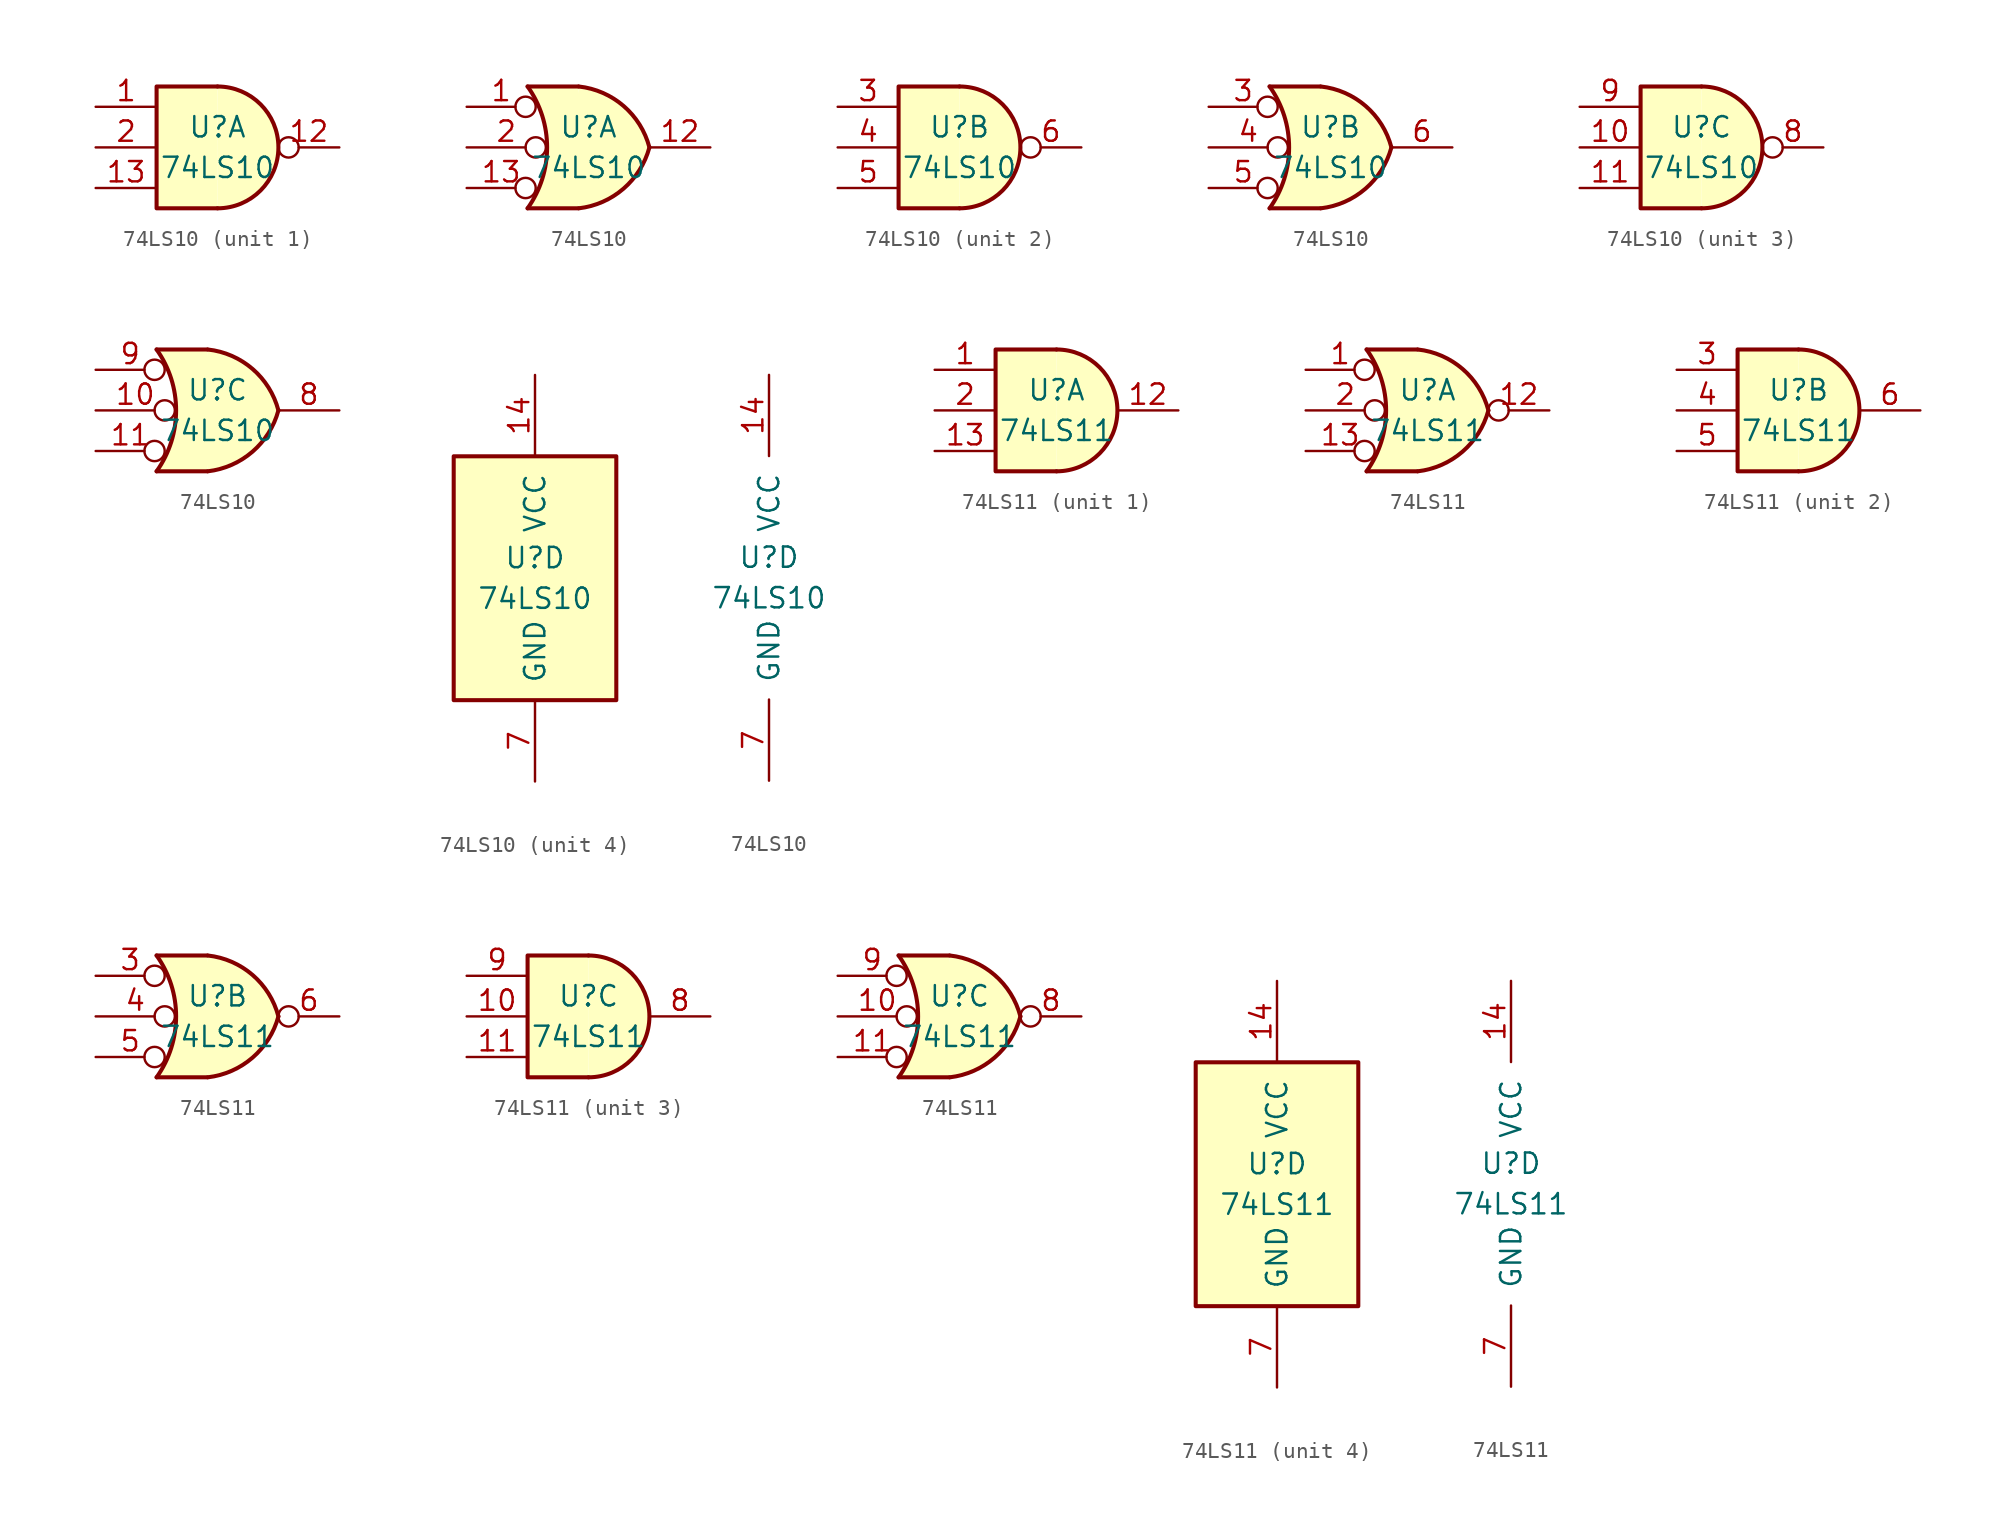
<source format=kicad_sym>
(kicad_symbol_lib
  (version 20211014)
  (generator kicad_symbol_editor)
  (symbol "74LS10"
    (pin_names
      (offset 1.016))
    (property "Reference" "U"
      (at 0 1.27 0)
      (effects (font (size 1.27 1.27))))
    (property "Value" "74LS10"
      (at 0 -1.27 0)
      (effects (font (size 1.27 1.27))))
    (property "ki_locked" ""
      (at 0 0 0)
      (effects (font (size 1.27 1.27))))
    (symbol "74LS10_1_1"
      (arc (start 0 -3.81) (mid 3.81 0) (end 0 3.81) (stroke (width 0.254) (type default) (color 0 0 0 0)) (fill (type background)))
      (polyline (pts (xy 0 3.81) (xy -3.81 3.81) (xy -3.81 -3.81) (xy 0 -3.81)) (stroke (width 0.254) (type default) (color 0 0 0 0)) (fill (type background)))
      (pin input line (at -7.62 2.54 0) (length 3.81) (name "~" (effects (font (size 1.27 1.27)))) (number "1" (effects (font (size 1.27 1.27)))))
      (pin output inverted (at 7.62 0 180) (length 3.81) (name "~" (effects (font (size 1.27 1.27)))) (number "12" (effects (font (size 1.27 1.27)))))
      (pin input line (at -7.62 -2.54 0) (length 3.81) (name "~" (effects (font (size 1.27 1.27)))) (number "13" (effects (font (size 1.27 1.27)))))
      (pin input line (at -7.62 0 0) (length 3.81) (name "~" (effects (font (size 1.27 1.27)))) (number "2" (effects (font (size 1.27 1.27))))))
    (symbol "74LS10_1_2"
      (arc (start -3.81 -3.81) (mid -2.589 0) (end -3.81 3.81) (stroke (width 0.254) (type default) (color 0 0 0 0)) (fill (type none)))
      (arc (start -0.6096 -3.81) (mid 2.1855 -2.584) (end 3.81 0) (stroke (width 0.254) (type default) (color 0 0 0 0)) (fill (type background)))
      (polyline (pts (xy -3.81 -3.81) (xy -0.635 -3.81)) (stroke (width 0.254) (type default) (color 0 0 0 0)) (fill (type background)))
      (polyline (pts (xy -3.81 3.81) (xy -0.635 3.81)) (stroke (width 0.254) (type default) (color 0 0 0 0)) (fill (type background)))
      (polyline (pts (xy -0.635 3.81) (xy -3.81 3.81) (xy -3.81 3.81) (xy -3.556 3.404) (xy -3.023 2.261) (xy -2.692 1.041) (xy -2.616 -0.254) (xy -2.769 -1.499) (xy -3.175 -2.718) (xy -3.81 -3.81) (xy -3.81 -3.81) (xy -0.635 -3.81)) (stroke (width -25.4) (type default) (color 0 0 0 0)) (fill (type background)))
      (arc (start 3.81 0) (mid 2.1928 2.5925) (end -0.6096 3.81) (stroke (width 0.254) (type default) (color 0 0 0 0)) (fill (type background)))
      (pin input inverted (at -7.62 2.54 0) (length 4.318) (name "~" (effects (font (size 1.27 1.27)))) (number "1" (effects (font (size 1.27 1.27)))))
      (pin output line (at 7.62 0 180) (length 3.81) (name "~" (effects (font (size 1.27 1.27)))) (number "12" (effects (font (size 1.27 1.27)))))
      (pin input inverted (at -7.62 -2.54 0) (length 4.318) (name "~" (effects (font (size 1.27 1.27)))) (number "13" (effects (font (size 1.27 1.27)))))
      (pin input inverted (at -7.62 0 0) (length 4.953) (name "~" (effects (font (size 1.27 1.27)))) (number "2" (effects (font (size 1.27 1.27))))))
    (symbol "74LS10_2_1"
      (arc (start 0 -3.81) (mid 3.81 0) (end 0 3.81) (stroke (width 0.254) (type default) (color 0 0 0 0)) (fill (type background)))
      (polyline (pts (xy 0 3.81) (xy -3.81 3.81) (xy -3.81 -3.81) (xy 0 -3.81)) (stroke (width 0.254) (type default) (color 0 0 0 0)) (fill (type background)))
      (pin input line (at -7.62 2.54 0) (length 3.81) (name "~" (effects (font (size 1.27 1.27)))) (number "3" (effects (font (size 1.27 1.27)))))
      (pin input line (at -7.62 0 0) (length 3.81) (name "~" (effects (font (size 1.27 1.27)))) (number "4" (effects (font (size 1.27 1.27)))))
      (pin input line (at -7.62 -2.54 0) (length 3.81) (name "~" (effects (font (size 1.27 1.27)))) (number "5" (effects (font (size 1.27 1.27)))))
      (pin output inverted (at 7.62 0 180) (length 3.81) (name "~" (effects (font (size 1.27 1.27)))) (number "6" (effects (font (size 1.27 1.27))))))
    (symbol "74LS10_2_2"
      (arc (start -3.81 -3.81) (mid -2.589 0) (end -3.81 3.81) (stroke (width 0.254) (type default) (color 0 0 0 0)) (fill (type none)))
      (arc (start -0.6096 -3.81) (mid 2.1855 -2.584) (end 3.81 0) (stroke (width 0.254) (type default) (color 0 0 0 0)) (fill (type background)))
      (polyline (pts (xy -3.81 -3.81) (xy -0.635 -3.81)) (stroke (width 0.254) (type default) (color 0 0 0 0)) (fill (type background)))
      (polyline (pts (xy -3.81 3.81) (xy -0.635 3.81)) (stroke (width 0.254) (type default) (color 0 0 0 0)) (fill (type background)))
      (polyline (pts (xy -0.635 3.81) (xy -3.81 3.81) (xy -3.81 3.81) (xy -3.556 3.404) (xy -3.023 2.261) (xy -2.692 1.041) (xy -2.616 -0.254) (xy -2.769 -1.499) (xy -3.175 -2.718) (xy -3.81 -3.81) (xy -3.81 -3.81) (xy -0.635 -3.81)) (stroke (width -25.4) (type default) (color 0 0 0 0)) (fill (type background)))
      (arc (start 3.81 0) (mid 2.1928 2.5925) (end -0.6096 3.81) (stroke (width 0.254) (type default) (color 0 0 0 0)) (fill (type background)))
      (pin input inverted (at -7.62 2.54 0) (length 4.318) (name "~" (effects (font (size 1.27 1.27)))) (number "3" (effects (font (size 1.27 1.27)))))
      (pin input inverted (at -7.62 0 0) (length 4.953) (name "~" (effects (font (size 1.27 1.27)))) (number "4" (effects (font (size 1.27 1.27)))))
      (pin input inverted (at -7.62 -2.54 0) (length 4.318) (name "~" (effects (font (size 1.27 1.27)))) (number "5" (effects (font (size 1.27 1.27)))))
      (pin output line (at 7.62 0 180) (length 3.81) (name "~" (effects (font (size 1.27 1.27)))) (number "6" (effects (font (size 1.27 1.27))))))
    (symbol "74LS10_3_1"
      (arc (start 0 -3.81) (mid 3.81 0) (end 0 3.81) (stroke (width 0.254) (type default) (color 0 0 0 0)) (fill (type background)))
      (polyline (pts (xy 0 3.81) (xy -3.81 3.81) (xy -3.81 -3.81) (xy 0 -3.81)) (stroke (width 0.254) (type default) (color 0 0 0 0)) (fill (type background)))
      (pin input line (at -7.62 0 0) (length 3.81) (name "~" (effects (font (size 1.27 1.27)))) (number "10" (effects (font (size 1.27 1.27)))))
      (pin input line (at -7.62 -2.54 0) (length 3.81) (name "~" (effects (font (size 1.27 1.27)))) (number "11" (effects (font (size 1.27 1.27)))))
      (pin output inverted (at 7.62 0 180) (length 3.81) (name "~" (effects (font (size 1.27 1.27)))) (number "8" (effects (font (size 1.27 1.27)))))
      (pin input line (at -7.62 2.54 0) (length 3.81) (name "~" (effects (font (size 1.27 1.27)))) (number "9" (effects (font (size 1.27 1.27))))))
    (symbol "74LS10_3_2"
      (arc (start -3.81 -3.81) (mid -2.589 0) (end -3.81 3.81) (stroke (width 0.254) (type default) (color 0 0 0 0)) (fill (type none)))
      (arc (start -0.6096 -3.81) (mid 2.1855 -2.584) (end 3.81 0) (stroke (width 0.254) (type default) (color 0 0 0 0)) (fill (type background)))
      (polyline (pts (xy -3.81 -3.81) (xy -0.635 -3.81)) (stroke (width 0.254) (type default) (color 0 0 0 0)) (fill (type background)))
      (polyline (pts (xy -3.81 3.81) (xy -0.635 3.81)) (stroke (width 0.254) (type default) (color 0 0 0 0)) (fill (type background)))
      (polyline (pts (xy -0.635 3.81) (xy -3.81 3.81) (xy -3.81 3.81) (xy -3.556 3.404) (xy -3.023 2.261) (xy -2.692 1.041) (xy -2.616 -0.254) (xy -2.769 -1.499) (xy -3.175 -2.718) (xy -3.81 -3.81) (xy -3.81 -3.81) (xy -0.635 -3.81)) (stroke (width -25.4) (type default) (color 0 0 0 0)) (fill (type background)))
      (arc (start 3.81 0) (mid 2.1928 2.5925) (end -0.6096 3.81) (stroke (width 0.254) (type default) (color 0 0 0 0)) (fill (type background)))
      (pin input inverted (at -7.62 0 0) (length 4.953) (name "~" (effects (font (size 1.27 1.27)))) (number "10" (effects (font (size 1.27 1.27)))))
      (pin input inverted (at -7.62 -2.54 0) (length 4.318) (name "~" (effects (font (size 1.27 1.27)))) (number "11" (effects (font (size 1.27 1.27)))))
      (pin output line (at 7.62 0 180) (length 3.81) (name "~" (effects (font (size 1.27 1.27)))) (number "8" (effects (font (size 1.27 1.27)))))
      (pin input inverted (at -7.62 2.54 0) (length 4.318) (name "~" (effects (font (size 1.27 1.27)))) (number "9" (effects (font (size 1.27 1.27))))))
    (symbol "74LS10_4_0"
      (pin power_in line (at 0 12.7 270) (length 5.08) (name "VCC" (effects (font (size 1.27 1.27)))) (number "14" (effects (font (size 1.27 1.27)))))
      (pin power_in line (at 0 -12.7 90) (length 5.08) (name "GND" (effects (font (size 1.27 1.27)))) (number "7" (effects (font (size 1.27 1.27))))))
    (symbol "74LS10_4_1"
      (rectangle (start -5.08 7.62) (end 5.08 -7.62) (stroke (width 0.254) (type default) (color 0 0 0 0)) (fill (type background)))))
  (symbol "74LS11"
    (pin_names
      (offset 1.016))
    (property "Reference" "U"
      (at 0 1.27 0)
      (effects (font (size 1.27 1.27))))
    (property "Value" "74LS11"
      (at 0 -1.27 0)
      (effects (font (size 1.27 1.27))))
    (property "ki_locked" ""
      (at 0 0 0)
      (effects (font (size 1.27 1.27))))
    (symbol "74LS11_1_1"
      (arc (start 0 -3.81) (mid 3.81 0) (end 0 3.81) (stroke (width 0.254) (type default) (color 0 0 0 0)) (fill (type background)))
      (polyline (pts (xy 0 3.81) (xy -3.81 3.81) (xy -3.81 -3.81) (xy 0 -3.81)) (stroke (width 0.254) (type default) (color 0 0 0 0)) (fill (type background)))
      (pin input line (at -7.62 2.54 0) (length 3.81) (name "~" (effects (font (size 1.27 1.27)))) (number "1" (effects (font (size 1.27 1.27)))))
      (pin output line (at 7.62 0 180) (length 3.81) (name "~" (effects (font (size 1.27 1.27)))) (number "12" (effects (font (size 1.27 1.27)))))
      (pin input line (at -7.62 -2.54 0) (length 3.81) (name "~" (effects (font (size 1.27 1.27)))) (number "13" (effects (font (size 1.27 1.27)))))
      (pin input line (at -7.62 0 0) (length 3.81) (name "~" (effects (font (size 1.27 1.27)))) (number "2" (effects (font (size 1.27 1.27))))))
    (symbol "74LS11_1_2"
      (arc (start -3.81 -3.81) (mid -2.589 0) (end -3.81 3.81) (stroke (width 0.254) (type default) (color 0 0 0 0)) (fill (type none)))
      (arc (start -0.6096 -3.81) (mid 2.1855 -2.584) (end 3.81 0) (stroke (width 0.254) (type default) (color 0 0 0 0)) (fill (type background)))
      (polyline (pts (xy -3.81 -3.81) (xy -0.635 -3.81)) (stroke (width 0.254) (type default) (color 0 0 0 0)) (fill (type background)))
      (polyline (pts (xy -3.81 3.81) (xy -0.635 3.81)) (stroke (width 0.254) (type default) (color 0 0 0 0)) (fill (type background)))
      (polyline (pts (xy -0.635 3.81) (xy -3.81 3.81) (xy -3.81 3.81) (xy -3.556 3.404) (xy -3.023 2.261) (xy -2.692 1.041) (xy -2.616 -0.254) (xy -2.769 -1.499) (xy -3.175 -2.718) (xy -3.81 -3.81) (xy -3.81 -3.81) (xy -0.635 -3.81)) (stroke (width -25.4) (type default) (color 0 0 0 0)) (fill (type background)))
      (arc (start 3.81 0) (mid 2.1928 2.5925) (end -0.6096 3.81) (stroke (width 0.254) (type default) (color 0 0 0 0)) (fill (type background)))
      (pin input inverted (at -7.62 2.54 0) (length 4.318) (name "~" (effects (font (size 1.27 1.27)))) (number "1" (effects (font (size 1.27 1.27)))))
      (pin output inverted (at 7.62 0 180) (length 3.81) (name "~" (effects (font (size 1.27 1.27)))) (number "12" (effects (font (size 1.27 1.27)))))
      (pin input inverted (at -7.62 -2.54 0) (length 4.318) (name "~" (effects (font (size 1.27 1.27)))) (number "13" (effects (font (size 1.27 1.27)))))
      (pin input inverted (at -7.62 0 0) (length 4.953) (name "~" (effects (font (size 1.27 1.27)))) (number "2" (effects (font (size 1.27 1.27))))))
    (symbol "74LS11_2_1"
      (arc (start 0 -3.81) (mid 3.81 0) (end 0 3.81) (stroke (width 0.254) (type default) (color 0 0 0 0)) (fill (type background)))
      (polyline (pts (xy 0 3.81) (xy -3.81 3.81) (xy -3.81 -3.81) (xy 0 -3.81)) (stroke (width 0.254) (type default) (color 0 0 0 0)) (fill (type background)))
      (pin input line (at -7.62 2.54 0) (length 3.81) (name "~" (effects (font (size 1.27 1.27)))) (number "3" (effects (font (size 1.27 1.27)))))
      (pin input line (at -7.62 0 0) (length 3.81) (name "~" (effects (font (size 1.27 1.27)))) (number "4" (effects (font (size 1.27 1.27)))))
      (pin input line (at -7.62 -2.54 0) (length 3.81) (name "~" (effects (font (size 1.27 1.27)))) (number "5" (effects (font (size 1.27 1.27)))))
      (pin output line (at 7.62 0 180) (length 3.81) (name "~" (effects (font (size 1.27 1.27)))) (number "6" (effects (font (size 1.27 1.27))))))
    (symbol "74LS11_2_2"
      (arc (start -3.81 -3.81) (mid -2.589 0) (end -3.81 3.81) (stroke (width 0.254) (type default) (color 0 0 0 0)) (fill (type none)))
      (arc (start -0.6096 -3.81) (mid 2.1855 -2.584) (end 3.81 0) (stroke (width 0.254) (type default) (color 0 0 0 0)) (fill (type background)))
      (polyline (pts (xy -3.81 -3.81) (xy -0.635 -3.81)) (stroke (width 0.254) (type default) (color 0 0 0 0)) (fill (type background)))
      (polyline (pts (xy -3.81 3.81) (xy -0.635 3.81)) (stroke (width 0.254) (type default) (color 0 0 0 0)) (fill (type background)))
      (polyline (pts (xy -0.635 3.81) (xy -3.81 3.81) (xy -3.81 3.81) (xy -3.556 3.404) (xy -3.023 2.261) (xy -2.692 1.041) (xy -2.616 -0.254) (xy -2.769 -1.499) (xy -3.175 -2.718) (xy -3.81 -3.81) (xy -3.81 -3.81) (xy -0.635 -3.81)) (stroke (width -25.4) (type default) (color 0 0 0 0)) (fill (type background)))
      (arc (start 3.81 0) (mid 2.1928 2.5925) (end -0.6096 3.81) (stroke (width 0.254) (type default) (color 0 0 0 0)) (fill (type background)))
      (pin input inverted (at -7.62 2.54 0) (length 4.318) (name "~" (effects (font (size 1.27 1.27)))) (number "3" (effects (font (size 1.27 1.27)))))
      (pin input inverted (at -7.62 0 0) (length 4.953) (name "~" (effects (font (size 1.27 1.27)))) (number "4" (effects (font (size 1.27 1.27)))))
      (pin input inverted (at -7.62 -2.54 0) (length 4.318) (name "~" (effects (font (size 1.27 1.27)))) (number "5" (effects (font (size 1.27 1.27)))))
      (pin output inverted (at 7.62 0 180) (length 3.81) (name "~" (effects (font (size 1.27 1.27)))) (number "6" (effects (font (size 1.27 1.27))))))
    (symbol "74LS11_3_1"
      (arc (start 0 -3.81) (mid 3.81 0) (end 0 3.81) (stroke (width 0.254) (type default) (color 0 0 0 0)) (fill (type background)))
      (polyline (pts (xy 0 3.81) (xy -3.81 3.81) (xy -3.81 -3.81) (xy 0 -3.81)) (stroke (width 0.254) (type default) (color 0 0 0 0)) (fill (type background)))
      (pin input line (at -7.62 0 0) (length 3.81) (name "~" (effects (font (size 1.27 1.27)))) (number "10" (effects (font (size 1.27 1.27)))))
      (pin input line (at -7.62 -2.54 0) (length 3.81) (name "~" (effects (font (size 1.27 1.27)))) (number "11" (effects (font (size 1.27 1.27)))))
      (pin output line (at 7.62 0 180) (length 3.81) (name "~" (effects (font (size 1.27 1.27)))) (number "8" (effects (font (size 1.27 1.27)))))
      (pin input line (at -7.62 2.54 0) (length 3.81) (name "~" (effects (font (size 1.27 1.27)))) (number "9" (effects (font (size 1.27 1.27))))))
    (symbol "74LS11_3_2"
      (arc (start -3.81 -3.81) (mid -2.589 0) (end -3.81 3.81) (stroke (width 0.254) (type default) (color 0 0 0 0)) (fill (type none)))
      (arc (start -0.6096 -3.81) (mid 2.1855 -2.584) (end 3.81 0) (stroke (width 0.254) (type default) (color 0 0 0 0)) (fill (type background)))
      (polyline (pts (xy -3.81 -3.81) (xy -0.635 -3.81)) (stroke (width 0.254) (type default) (color 0 0 0 0)) (fill (type background)))
      (polyline (pts (xy -3.81 3.81) (xy -0.635 3.81)) (stroke (width 0.254) (type default) (color 0 0 0 0)) (fill (type background)))
      (polyline (pts (xy -0.635 3.81) (xy -3.81 3.81) (xy -3.81 3.81) (xy -3.556 3.404) (xy -3.023 2.261) (xy -2.692 1.041) (xy -2.616 -0.254) (xy -2.769 -1.499) (xy -3.175 -2.718) (xy -3.81 -3.81) (xy -3.81 -3.81) (xy -0.635 -3.81)) (stroke (width -25.4) (type default) (color 0 0 0 0)) (fill (type background)))
      (arc (start 3.81 0) (mid 2.1928 2.5925) (end -0.6096 3.81) (stroke (width 0.254) (type default) (color 0 0 0 0)) (fill (type background)))
      (pin input inverted (at -7.62 0 0) (length 4.953) (name "~" (effects (font (size 1.27 1.27)))) (number "10" (effects (font (size 1.27 1.27)))))
      (pin input inverted (at -7.62 -2.54 0) (length 4.318) (name "~" (effects (font (size 1.27 1.27)))) (number "11" (effects (font (size 1.27 1.27)))))
      (pin output inverted (at 7.62 0 180) (length 3.81) (name "~" (effects (font (size 1.27 1.27)))) (number "8" (effects (font (size 1.27 1.27)))))
      (pin input inverted (at -7.62 2.54 0) (length 4.318) (name "~" (effects (font (size 1.27 1.27)))) (number "9" (effects (font (size 1.27 1.27))))))
    (symbol "74LS11_4_0"
      (pin power_in line (at 0 12.7 270) (length 5.08) (name "VCC" (effects (font (size 1.27 1.27)))) (number "14" (effects (font (size 1.27 1.27)))))
      (pin power_in line (at 0 -12.7 90) (length 5.08) (name "GND" (effects (font (size 1.27 1.27)))) (number "7" (effects (font (size 1.27 1.27))))))
    (symbol "74LS11_4_1"
      (rectangle (start -5.08 7.62) (end 5.08 -7.62) (stroke (width 0.254) (type default) (color 0 0 0 0)) (fill (type background))))))
</source>
